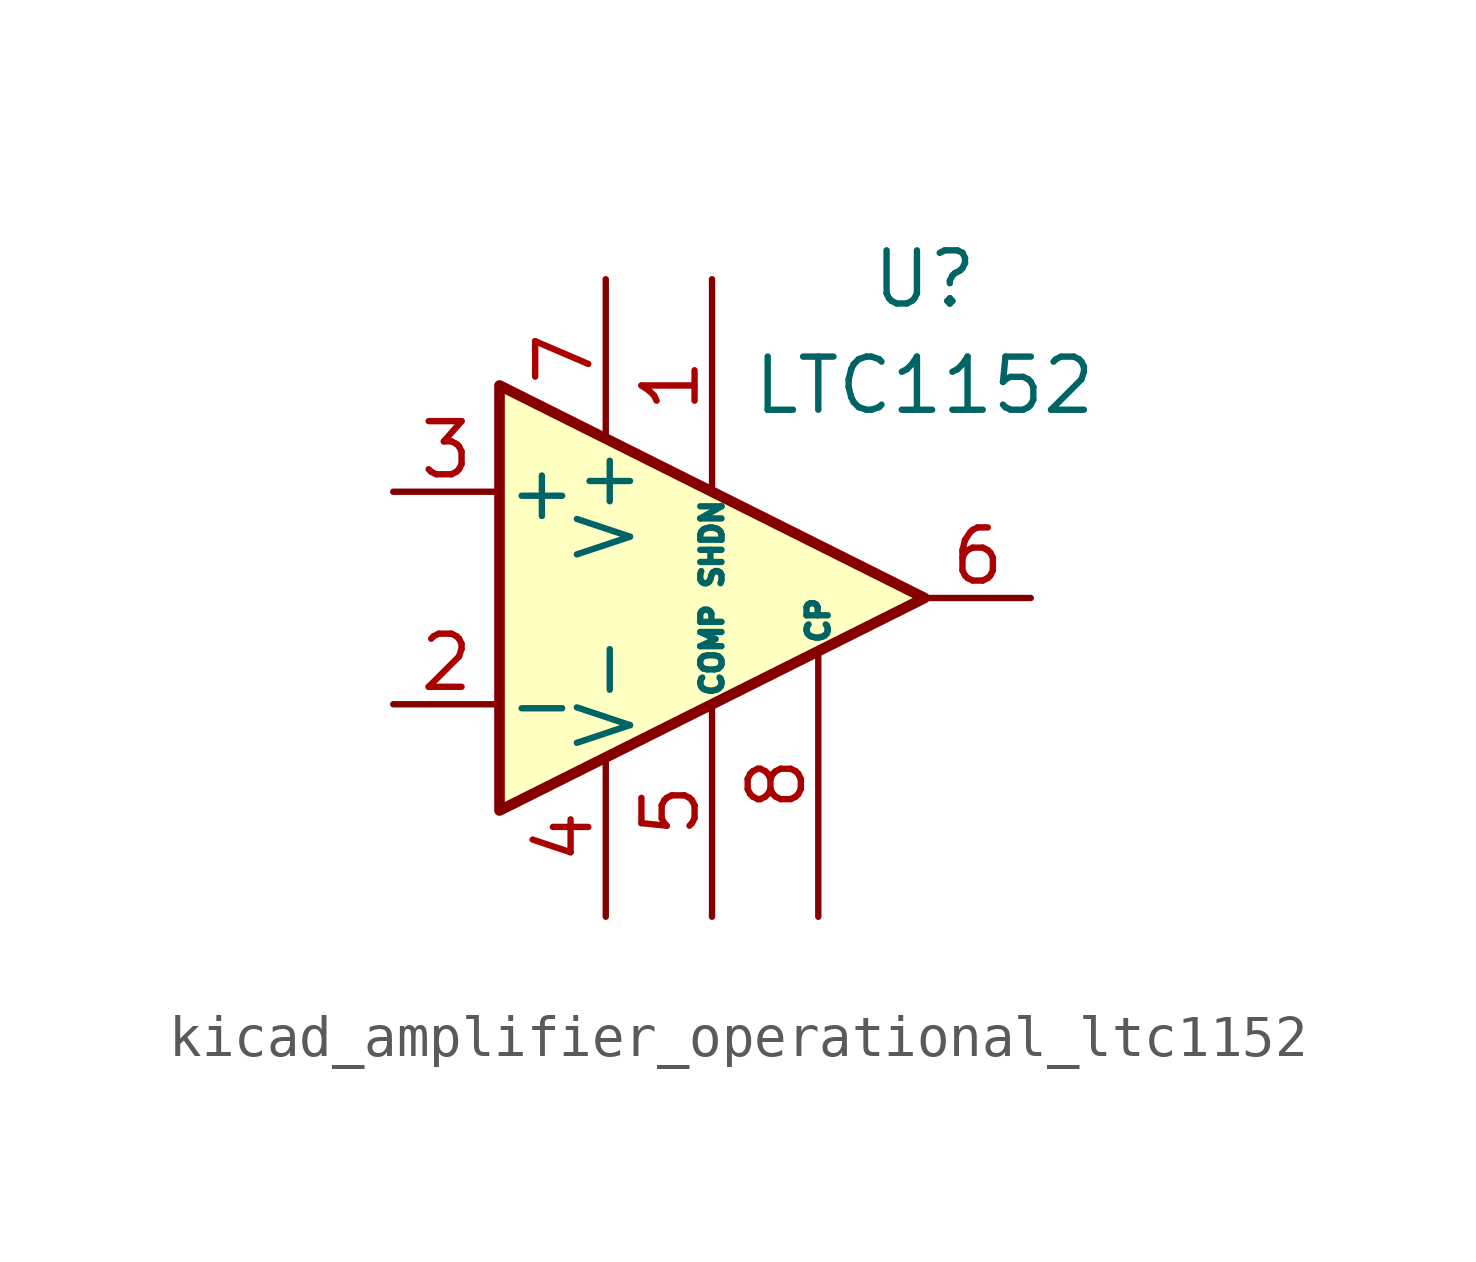
<source format=kicad_sym>
(kicad_symbol_lib
  (version 20220914)
  (generator kicad_symbol_editor)
  (symbol "kicad_amplifier_operational_ltc1152"
    (pin_names
      (offset 0.127))
    (property "Reference" "U"
      (at 5.08 7.62 0)
      (effects (font (size 1.27 1.27))))
    (property "Value" "LTC1152"
      (at 5.08 5.08 0)
      (effects (font (size 1.27 1.27))))
    (symbol "kicad_amplifier_operational_ltc1152_0_1"
      (polyline (pts (xy -5.08 5.08) (xy -5.08 -5.08) (xy 5.08 0) (xy -5.08 5.08)) (stroke (width 0.254) (type default)) (fill (type background))))
    (symbol "kicad_amplifier_operational_ltc1152_1_1"
      (pin input line (at 0 7.62 270) (length 5.08) (name "SHDN" (effects (font (size 0.508 0.508)))) (number "1" (effects (font (size 1.27 1.27)))))
      (pin input line (at -7.62 -2.54 0) (length 2.54) (name "-" (effects (font (size 1.27 1.27)))) (number "2" (effects (font (size 1.27 1.27)))))
      (pin input line (at -7.62 2.54 0) (length 2.54) (name "+" (effects (font (size 1.27 1.27)))) (number "3" (effects (font (size 1.27 1.27)))))
      (pin power_in line (at -2.54 -7.62 90) (length 3.81) (name "V-" (effects (font (size 1.27 1.27)))) (number "4" (effects (font (size 1.27 1.27)))))
      (pin input line (at 0 -7.62 90) (length 5.08) (name "COMP" (effects (font (size 0.508 0.508)))) (number "5" (effects (font (size 1.27 1.27)))))
      (pin output line (at 7.62 0 180) (length 2.54) (name "~" (effects (font (size 1.27 1.27)))) (number "6" (effects (font (size 1.27 1.27)))))
      (pin power_in line (at -2.54 7.62 270) (length 3.81) (name "V+" (effects (font (size 1.27 1.27)))) (number "7" (effects (font (size 1.27 1.27)))))
      (pin output line (at 2.54 -7.62 90) (length 6.35) (name "CP" (effects (font (size 0.508 0.508)))) (number "8" (effects (font (size 1.27 1.27))))))))
</source>
